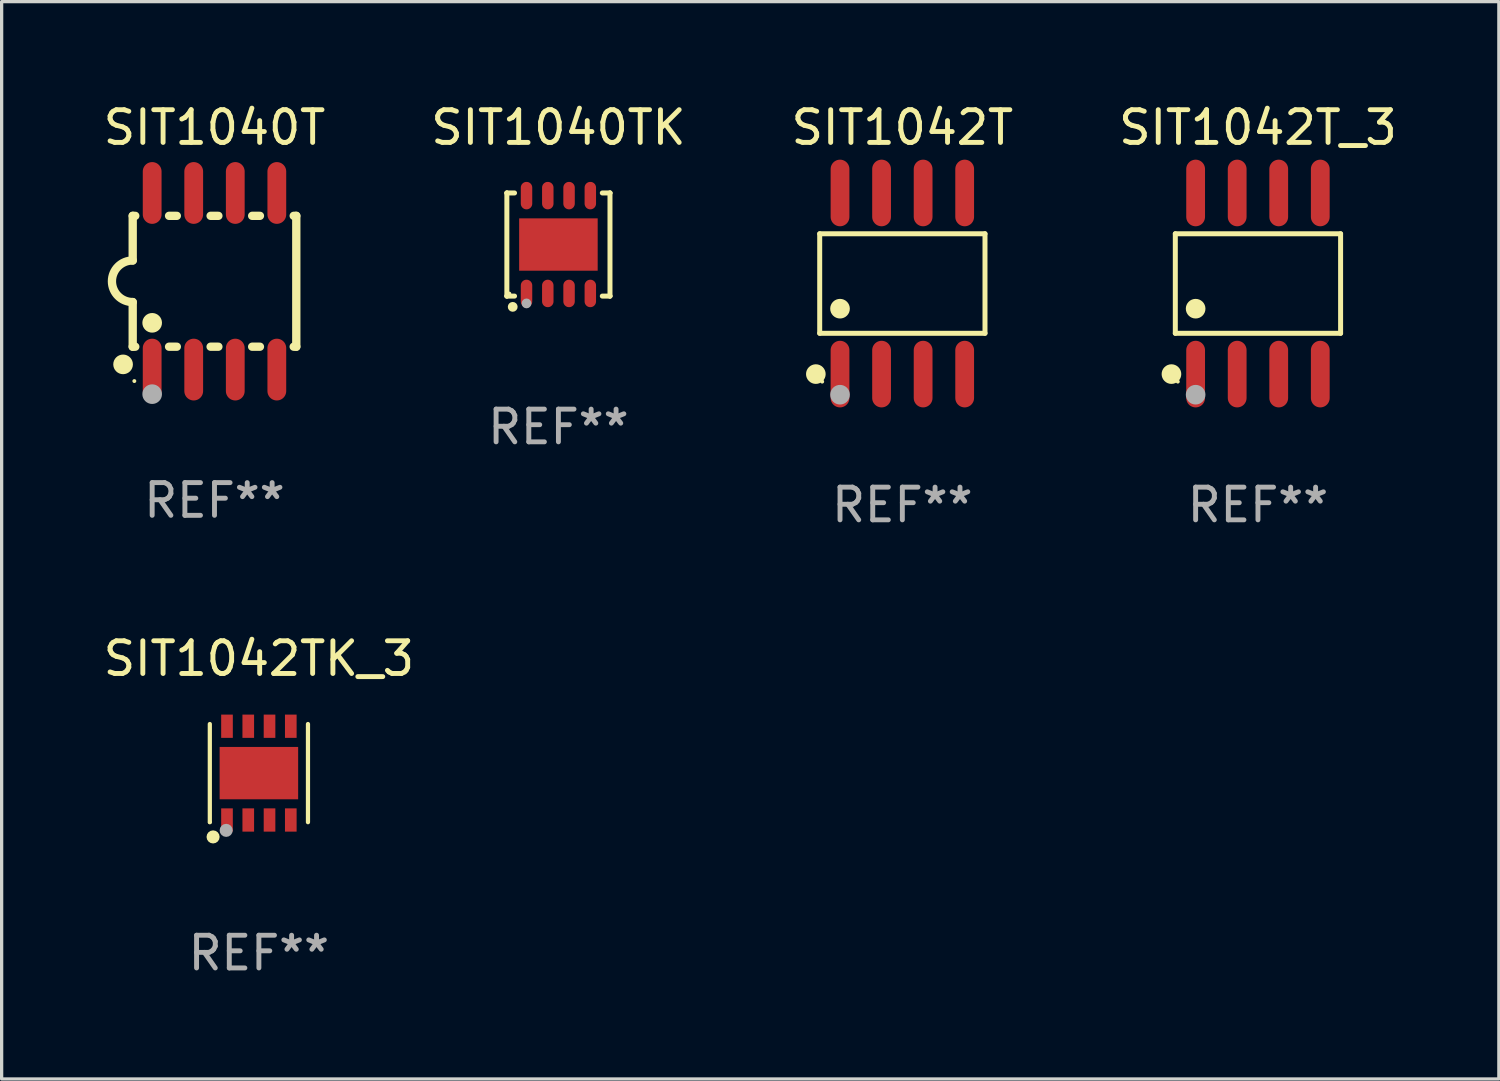
<source format=kicad_pcb>
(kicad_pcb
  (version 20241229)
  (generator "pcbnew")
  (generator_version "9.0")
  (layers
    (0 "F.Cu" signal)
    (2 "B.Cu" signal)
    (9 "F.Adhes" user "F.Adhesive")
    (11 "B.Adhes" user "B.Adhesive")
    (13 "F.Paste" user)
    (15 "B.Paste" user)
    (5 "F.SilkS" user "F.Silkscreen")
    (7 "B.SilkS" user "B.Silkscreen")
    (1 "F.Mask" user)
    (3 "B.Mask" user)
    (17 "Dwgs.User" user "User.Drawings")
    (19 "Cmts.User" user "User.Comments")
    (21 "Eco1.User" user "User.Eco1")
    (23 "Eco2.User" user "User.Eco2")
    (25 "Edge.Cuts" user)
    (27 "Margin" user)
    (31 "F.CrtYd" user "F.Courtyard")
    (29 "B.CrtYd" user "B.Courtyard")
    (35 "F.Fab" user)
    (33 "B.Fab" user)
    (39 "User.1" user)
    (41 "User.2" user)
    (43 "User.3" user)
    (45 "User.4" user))
  (footprint "SIT1042T"
    (layer "F.Cu")
    (at 24.53 5.616)
    (property "Reference" "SIT1042T" (at 0 -4.768 0) (layer "F.SilkS") (effects (font (size 1 1) (thickness 0.15))))
    (attr through_hole)
    (fp_line (start -2.526 -1.521) (end 2.526 -1.521) (stroke (width 0.152) (type solid)) (layer "F.SilkS"))
    (fp_line (start -2.526 1.521) (end -2.526 -1.521) (stroke (width 0.152) (type solid)) (layer "F.SilkS"))
    (fp_line (start 2.526 -1.521) (end 2.526 1.521) (stroke (width 0.152) (type solid)) (layer "F.SilkS"))
    (fp_line (start 2.526 1.521) (end -2.526 1.521) (stroke (width 0.152) (type solid)) (layer "F.SilkS"))
    (fp_circle (center -2.644 2.768) (end -2.494 2.768) (stroke (width 0.3) (type solid)) (fill no) (layer "F.SilkS"))
    (fp_circle (center -2.45 2.998) (end -2.42 2.998) (stroke (width 0.06) (type solid)) (fill no) (layer "F.SilkS"))
    (fp_circle (center -1.905 0.769) (end -1.755 0.769) (stroke (width 0.3) (type solid)) (fill no) (layer "F.SilkS"))
    (fp_circle (center -1.905 3.398) (end -1.755 3.398) (stroke (width 0.3) (type solid)) (fill no) (layer "F.Fab"))
    (fp_text user "REF**" (at 0 6.768 0) (layer "F.Fab") (effects (font (size 1 1) (thickness 0.15))))
    (pad "1" smd oval (at -1.905 2.768) (size 0.574 2.036) (layers "F.Cu" "F.Mask" "F.Paste"))
    (pad "2" smd oval (at -0.635 2.768) (size 0.574 2.036) (layers "F.Cu" "F.Mask" "F.Paste"))
    (pad "3" smd oval (at 0.635 2.768) (size 0.574 2.036) (layers "F.Cu" "F.Mask" "F.Paste"))
    (pad "4" smd oval (at 1.905 2.768) (size 0.574 2.036) (layers "F.Cu" "F.Mask" "F.Paste"))
    (pad "5" smd oval (at 1.905 -2.768) (size 0.574 2.036) (layers "F.Cu" "F.Mask" "F.Paste"))
    (pad "6" smd oval (at 0.635 -2.768) (size 0.574 2.036) (layers "F.Cu" "F.Mask" "F.Paste"))
    (pad "7" smd oval (at -0.635 -2.768) (size 0.574 2.036) (layers "F.Cu" "F.Mask" "F.Paste"))
    (pad "8" smd oval (at -1.905 -2.768) (size 0.574 2.036) (layers "F.Cu" "F.Mask" "F.Paste")))
  (footprint "SIT1040T"
    (layer "F.Cu")
    (at 3.506 5.547)
    (property "Reference" "SIT1040T" (at 0 -4.699 0) (layer "F.SilkS") (effects (font (size 1 1) (thickness 0.15))))
    (attr through_hole)
    (fp_line (start -2.5 -2) (end -2.5 -0.635) (stroke (width 0.254) (type solid)) (layer "F.SilkS"))
    (fp_line (start -2.5 -2) (end -2.421 -2) (stroke (width 0.254) (type solid)) (layer "F.SilkS"))
    (fp_line (start -2.5 2) (end -2.5 0.635) (stroke (width 0.254) (type solid)) (layer "F.SilkS"))
    (fp_line (start -2.5 2) (end -2.421 2) (stroke (width 0.254) (type solid)) (layer "F.SilkS"))
    (fp_line (start -1.389 -2) (end -1.151 -2) (stroke (width 0.254) (type solid)) (layer "F.SilkS"))
    (fp_line (start -1.389 2) (end -1.151 2) (stroke (width 0.254) (type solid)) (layer "F.SilkS"))
    (fp_line (start -0.119 -2) (end 0.119 -2) (stroke (width 0.254) (type solid)) (layer "F.SilkS"))
    (fp_line (start -0.119 2) (end 0.119 2) (stroke (width 0.254) (type solid)) (layer "F.SilkS"))
    (fp_line (start 1.151 -2) (end 1.389 -2) (stroke (width 0.254) (type solid)) (layer "F.SilkS"))
    (fp_line (start 1.151 2) (end 1.389 2) (stroke (width 0.254) (type solid)) (layer "F.SilkS"))
    (fp_line (start 2.421 -2) (end 2.5 -2) (stroke (width 0.254) (type solid)) (layer "F.SilkS"))
    (fp_line (start 2.421 2) (end 2.5 2) (stroke (width 0.254) (type solid)) (layer "F.SilkS"))
    (fp_line (start 2.5 -2) (end 2.5 2) (stroke (width 0.254) (type solid)) (layer "F.SilkS"))
    (fp_arc (start -2.5 0.635001) (mid -3.134366 -0.000318) (end -2.499365 -0.635001) (stroke (width 0.254001) (type solid)) (layer "F.SilkS"))
    (fp_circle (center -2.794 2.54) (end -2.644 2.54) (stroke (width 0.3) (type solid)) (fill no) (layer "F.SilkS"))
    (fp_circle (center -2.45 3.05) (end -2.42 3.05) (stroke (width 0.06) (type solid)) (fill no) (layer "F.SilkS"))
    (fp_circle (center -1.905 1.27) (end -1.755 1.27) (stroke (width 0.3) (type solid)) (fill no) (layer "F.SilkS"))
    (fp_circle (center -1.905 3.45) (end -1.755 3.45) (stroke (width 0.3) (type solid)) (fill no) (layer "F.Fab"))
    (fp_text user "REF**" (at 0 6.699 0) (layer "F.Fab") (effects (font (size 1 1) (thickness 0.15))))
    (pad "1" smd oval (at -1.905 2.699) (size 0.574 1.888) (layers "F.Cu" "F.Mask" "F.Paste"))
    (pad "2" smd oval (at -0.635 2.699) (size 0.574 1.888) (layers "F.Cu" "F.Mask" "F.Paste"))
    (pad "3" smd oval (at 0.635 2.699) (size 0.574 1.888) (layers "F.Cu" "F.Mask" "F.Paste"))
    (pad "4" smd oval (at 1.905 2.699) (size 0.574 1.888) (layers "F.Cu" "F.Mask" "F.Paste"))
    (pad "5" smd oval (at 1.905 -2.699) (size 0.574 1.888) (layers "F.Cu" "F.Mask" "F.Paste"))
    (pad "6" smd oval (at 0.635 -2.699) (size 0.574 1.888) (layers "F.Cu" "F.Mask" "F.Paste"))
    (pad "7" smd oval (at -0.635 -2.699) (size 0.574 1.888) (layers "F.Cu" "F.Mask" "F.Paste"))
    (pad "8" smd oval (at -1.905 -2.699) (size 0.574 1.888) (layers "F.Cu" "F.Mask" "F.Paste")))
  (footprint "SIT1042TK_3"
    (layer "F.Cu")
    (at 4.863 20.58)
    (property "Reference" "SIT1042TK_3" (at 0 -3.5 0) (layer "F.SilkS") (effects (font (size 1 1) (thickness 0.15))))
    (attr through_hole)
    (fp_line (start -1.5 1.5) (end -1.5 -1.5) (stroke (width 0.129) (type solid)) (layer "F.SilkS"))
    (fp_line (start 1.5 -1.5) (end 1.5 1.5) (stroke (width 0.129) (type solid)) (layer "F.SilkS"))
    (fp_circle (center -1.5 1.5) (end -1.47 1.5) (stroke (width 0.06) (type solid)) (fill no) (layer "F.SilkS"))
    (fp_circle (center -1.4 1.95) (end -1.3 1.95) (stroke (width 0.2) (type solid)) (fill no) (layer "F.SilkS"))
    (fp_circle (center -1 1.75) (end -0.9 1.75) (stroke (width 0.2) (type solid)) (fill no) (layer "F.Fab"))
    (fp_text user "REF**" (at 0 5.5 0) (layer "F.Fab") (effects (font (size 1 1) (thickness 0.15))))
    (pad "1" smd rect (at -0.975 1.433) (size 0.356 0.711) (layers "F.Cu" "F.Mask" "F.Paste"))
    (pad "2" smd rect (at -0.325 1.433) (size 0.356 0.711) (layers "F.Cu" "F.Mask" "F.Paste"))
    (pad "3" smd rect (at 0.325 1.433) (size 0.356 0.711) (layers "F.Cu" "F.Mask" "F.Paste"))
    (pad "4" smd rect (at 0.975 1.433) (size 0.356 0.711) (layers "F.Cu" "F.Mask" "F.Paste"))
    (pad "5" smd rect (at 0.975 -1.433) (size 0.356 0.711) (layers "F.Cu" "F.Mask" "F.Paste"))
    (pad "6" smd rect (at 0.325 -1.433) (size 0.356 0.711) (layers "F.Cu" "F.Mask" "F.Paste"))
    (pad "7" smd rect (at -0.325 -1.433) (size 0.356 0.711) (layers "F.Cu" "F.Mask" "F.Paste"))
    (pad "8" smd rect (at -0.975 -1.433) (size 0.356 0.711) (layers "F.Cu" "F.Mask" "F.Paste"))
    (pad "9" smd rect (at 0 0) (size 2.4 1.6) (layers "F.Cu" "F.Mask" "F.Paste")))
  (footprint "SIT1040TK"
    (layer "F.Cu")
    (at 14.018 4.424)
    (property "Reference" "SIT1040TK" (at 0 -3.576 0) (layer "F.SilkS") (effects (font (size 1 1) (thickness 0.15))))
    (attr through_hole)
    (fp_line (start -1.576 -1.576) (end -1.576 -1.576) (stroke (width 0.152) (type solid)) (layer "F.SilkS"))
    (fp_line (start -1.576 -1.576) (end -1.341 -1.576) (stroke (width 0.152) (type solid)) (layer "F.SilkS"))
    (fp_line (start -1.576 1.576) (end -1.576 -1.576) (stroke (width 0.152) (type solid)) (layer "F.SilkS"))
    (fp_line (start -1.576 1.576) (end -1.576 1.576) (stroke (width 0.152) (type solid)) (layer "F.SilkS"))
    (fp_line (start -1.341 1.576) (end -1.576 1.576) (stroke (width 0.152) (type solid)) (layer "F.SilkS"))
    (fp_line (start 1.341 1.576) (end 1.576 1.576) (stroke (width 0.152) (type solid)) (layer "F.SilkS"))
    (fp_line (start 1.576 -1.576) (end 1.341 -1.576) (stroke (width 0.152) (type solid)) (layer "F.SilkS"))
    (fp_line (start 1.576 -1.576) (end 1.576 -1.576) (stroke (width 0.152) (type solid)) (layer "F.SilkS"))
    (fp_line (start 1.576 1.576) (end 1.576 -1.576) (stroke (width 0.152) (type solid)) (layer "F.SilkS"))
    (fp_line (start 1.576 1.576) (end 1.576 1.576) (stroke (width 0.152) (type solid)) (layer "F.SilkS"))
    (fp_circle (center -1.5 1.5) (end -1.47 1.5) (stroke (width 0.06) (type solid)) (fill no) (layer "F.SilkS"))
    (fp_circle (center -1.397 1.905) (end -1.322 1.905) (stroke (width 0.15) (type solid)) (fill no) (layer "F.SilkS"))
    (fp_circle (center -0.975 1.8) (end -0.9 1.8) (stroke (width 0.15) (type solid)) (fill no) (layer "F.Fab"))
    (fp_text user "REF**" (at 0 5.576 0) (layer "F.Fab") (effects (font (size 1 1) (thickness 0.15))))
    (pad "1" smd oval (at -0.975 1.495) (size 0.35 0.84) (layers "F.Cu" "F.Mask" "F.Paste"))
    (pad "2" smd oval (at -0.325 1.495) (size 0.35 0.84) (layers "F.Cu" "F.Mask" "F.Paste"))
    (pad "3" smd oval (at 0.325 1.495) (size 0.35 0.84) (layers "F.Cu" "F.Mask" "F.Paste"))
    (pad "4" smd oval (at 0.975 1.495) (size 0.35 0.84) (layers "F.Cu" "F.Mask" "F.Paste"))
    (pad "5" smd oval (at 0.975 -1.495) (size 0.35 0.84) (layers "F.Cu" "F.Mask" "F.Paste"))
    (pad "6" smd oval (at 0.325 -1.495) (size 0.35 0.84) (layers "F.Cu" "F.Mask" "F.Paste"))
    (pad "7" smd oval (at -0.325 -1.495) (size 0.35 0.84) (layers "F.Cu" "F.Mask" "F.Paste"))
    (pad "8" smd oval (at -0.975 -1.495) (size 0.35 0.84) (layers "F.Cu" "F.Mask" "F.Paste"))
    (pad "9" smd rect (at 0 0) (size 2.4 1.6) (layers "F.Cu" "F.Mask" "F.Paste")))
  (footprint "SIT1042T_3"
    (layer "F.Cu")
    (at 35.399 5.616)
    (property "Reference" "SIT1042T_3" (at 0 -4.768 0) (layer "F.SilkS") (effects (font (size 1 1) (thickness 0.15))))
    (attr through_hole)
    (fp_line (start -2.526 -1.521) (end 2.526 -1.521) (stroke (width 0.152) (type solid)) (layer "F.SilkS"))
    (fp_line (start -2.526 1.521) (end -2.526 -1.521) (stroke (width 0.152) (type solid)) (layer "F.SilkS"))
    (fp_line (start 2.526 -1.521) (end 2.526 1.521) (stroke (width 0.152) (type solid)) (layer "F.SilkS"))
    (fp_line (start 2.526 1.521) (end -2.526 1.521) (stroke (width 0.152) (type solid)) (layer "F.SilkS"))
    (fp_circle (center -2.644 2.768) (end -2.494 2.768) (stroke (width 0.3) (type solid)) (fill no) (layer "F.SilkS"))
    (fp_circle (center -2.45 2.998) (end -2.42 2.998) (stroke (width 0.06) (type solid)) (fill no) (layer "F.SilkS"))
    (fp_circle (center -1.905 0.769) (end -1.755 0.769) (stroke (width 0.3) (type solid)) (fill no) (layer "F.SilkS"))
    (fp_circle (center -1.905 3.398) (end -1.755 3.398) (stroke (width 0.3) (type solid)) (fill no) (layer "F.Fab"))
    (fp_text user "REF**" (at 0 6.768 0) (layer "F.Fab") (effects (font (size 1 1) (thickness 0.15))))
    (pad "1" smd oval (at -1.905 2.768) (size 0.574 2.036) (layers "F.Cu" "F.Mask" "F.Paste"))
    (pad "2" smd oval (at -0.635 2.768) (size 0.574 2.036) (layers "F.Cu" "F.Mask" "F.Paste"))
    (pad "3" smd oval (at 0.635 2.768) (size 0.574 2.036) (layers "F.Cu" "F.Mask" "F.Paste"))
    (pad "4" smd oval (at 1.905 2.768) (size 0.574 2.036) (layers "F.Cu" "F.Mask" "F.Paste"))
    (pad "5" smd oval (at 1.905 -2.768) (size 0.574 2.036) (layers "F.Cu" "F.Mask" "F.Paste"))
    (pad "6" smd oval (at 0.635 -2.768) (size 0.574 2.036) (layers "F.Cu" "F.Mask" "F.Paste"))
    (pad "7" smd oval (at -0.635 -2.768) (size 0.574 2.036) (layers "F.Cu" "F.Mask" "F.Paste"))
    (pad "8" smd oval (at -1.905 -2.768) (size 0.574 2.036) (layers "F.Cu" "F.Mask" "F.Paste")))
  (gr_rect
    (start -3 -3)
    (end 42.762 29.929)
    (stroke (width 0.1) (type default))
    (fill no)
    (layer "Edge.Cuts")))
</source>
